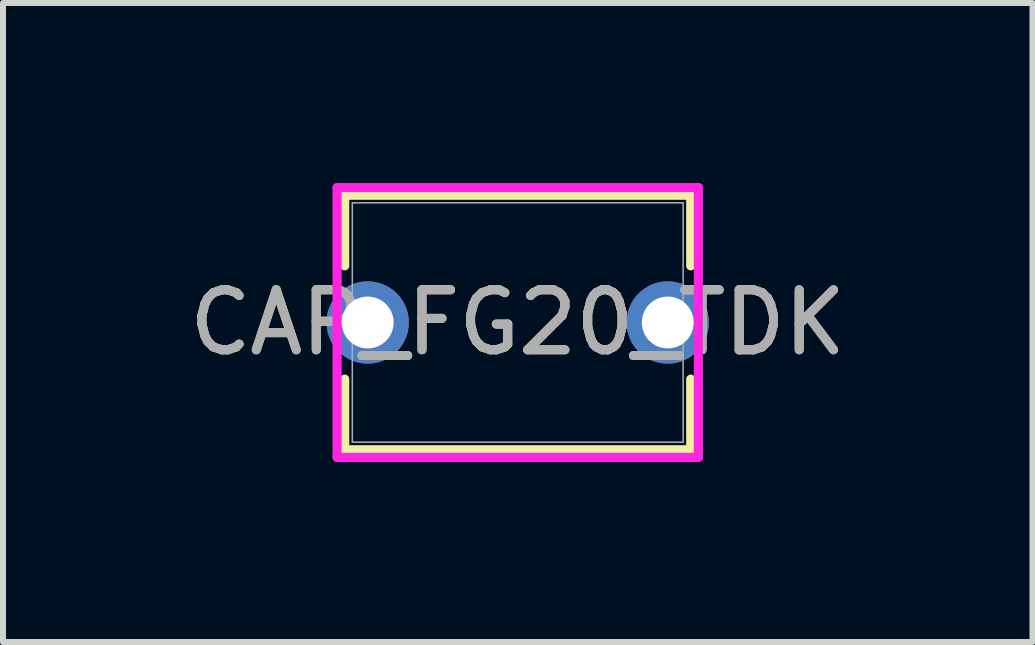
<source format=kicad_pcb>
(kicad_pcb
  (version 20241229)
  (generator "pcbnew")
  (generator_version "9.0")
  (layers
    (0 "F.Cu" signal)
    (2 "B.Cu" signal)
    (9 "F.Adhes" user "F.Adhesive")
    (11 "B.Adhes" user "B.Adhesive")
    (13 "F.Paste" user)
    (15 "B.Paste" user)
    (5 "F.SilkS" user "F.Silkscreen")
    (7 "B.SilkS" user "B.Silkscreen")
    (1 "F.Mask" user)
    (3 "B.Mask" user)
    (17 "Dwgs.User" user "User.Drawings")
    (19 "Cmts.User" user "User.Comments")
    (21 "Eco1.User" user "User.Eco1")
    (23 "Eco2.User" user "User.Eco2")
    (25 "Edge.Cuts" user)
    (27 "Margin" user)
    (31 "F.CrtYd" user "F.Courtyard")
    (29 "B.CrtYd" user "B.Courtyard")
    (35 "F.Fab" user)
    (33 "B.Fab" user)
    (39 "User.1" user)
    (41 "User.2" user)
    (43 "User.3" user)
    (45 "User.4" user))
  (footprint "CAP_FG20_TDK"
    (layer "F.Cu")
    (at 3.077 2.324)
    (property "Reference" "CAP_FG20_TDK" (at 2.5 0 0) (unlocked yes) (layer "F.SilkS") (effects (font (size 1 1) (thickness 0.15))))
    (attr through_hole)
    (fp_line (start -0.383 -2.121) (end -0.383 -0.944) (stroke (width 0.152) (type solid)) (layer "F.SilkS"))
    (fp_line (start -0.383 0.944) (end -0.383 2.121) (stroke (width 0.152) (type solid)) (layer "F.SilkS"))
    (fp_line (start 5.383 -2.121) (end -0.383 -2.121) (stroke (width 0.152) (type solid)) (layer "F.SilkS"))
    (fp_line (start 5.383 -2.121) (end 5.383 -0.944) (stroke (width 0.152) (type solid)) (layer "F.SilkS"))
    (fp_line (start 5.383 0.944) (end 5.383 2.121) (stroke (width 0.152) (type solid)) (layer "F.SilkS"))
    (fp_line (start 5.383 2.121) (end -0.383 2.121) (stroke (width 0.152) (type solid)) (layer "F.SilkS"))
    (fp_line (start -0.51 -2.248) (end 5.51 -2.248) (stroke (width 0.152) (type solid)) (layer "F.CrtYd"))
    (fp_line (start -0.51 2.248) (end -0.51 -2.248) (stroke (width 0.152) (type solid)) (layer "F.CrtYd"))
    (fp_line (start 5.51 -2.248) (end 5.51 2.248) (stroke (width 0.152) (type solid)) (layer "F.CrtYd"))
    (fp_line (start 5.51 2.248) (end -0.51 2.248) (stroke (width 0.152) (type solid)) (layer "F.CrtYd"))
    (fp_line (start -0.256 -1.994) (end -0.256 1.994) (stroke (width 0.025) (type solid)) (layer "F.Fab"))
    (fp_line (start 5.256 -1.994) (end -0.256 -1.994) (stroke (width 0.025) (type solid)) (layer "F.Fab"))
    (fp_line (start 5.256 -1.994) (end 5.256 1.994) (stroke (width 0.025) (type solid)) (layer "F.Fab"))
    (fp_line (start 5.256 1.994) (end -0.256 1.994) (stroke (width 0.025) (type solid)) (layer "F.Fab"))
    (fp_circle (center 0.252 0) (end 0.252 0) (stroke (width 0.025) (type solid)) (fill no) (layer "F.Fab"))
    (fp_text user "${REFERENCE}" (at 2.5 0 0) (unlocked yes) (layer "F.Fab") (effects (font (size 1 1) (thickness 0.15))))
    (pad "1" thru_hole circle (at 0 0) (size 1.372 1.372) (drill 0.864) (layers "*.Cu" "*.Mask"))
    (pad "2" thru_hole circle (at 5 0) (size 1.372 1.372) (drill 0.864) (layers "*.Cu" "*.Mask")))
  (gr_rect
    (start -3 -3)
    (end 14.155 7.648)
    (stroke (width 0.1) (type default))
    (fill no)
    (layer "Edge.Cuts")))
</source>
